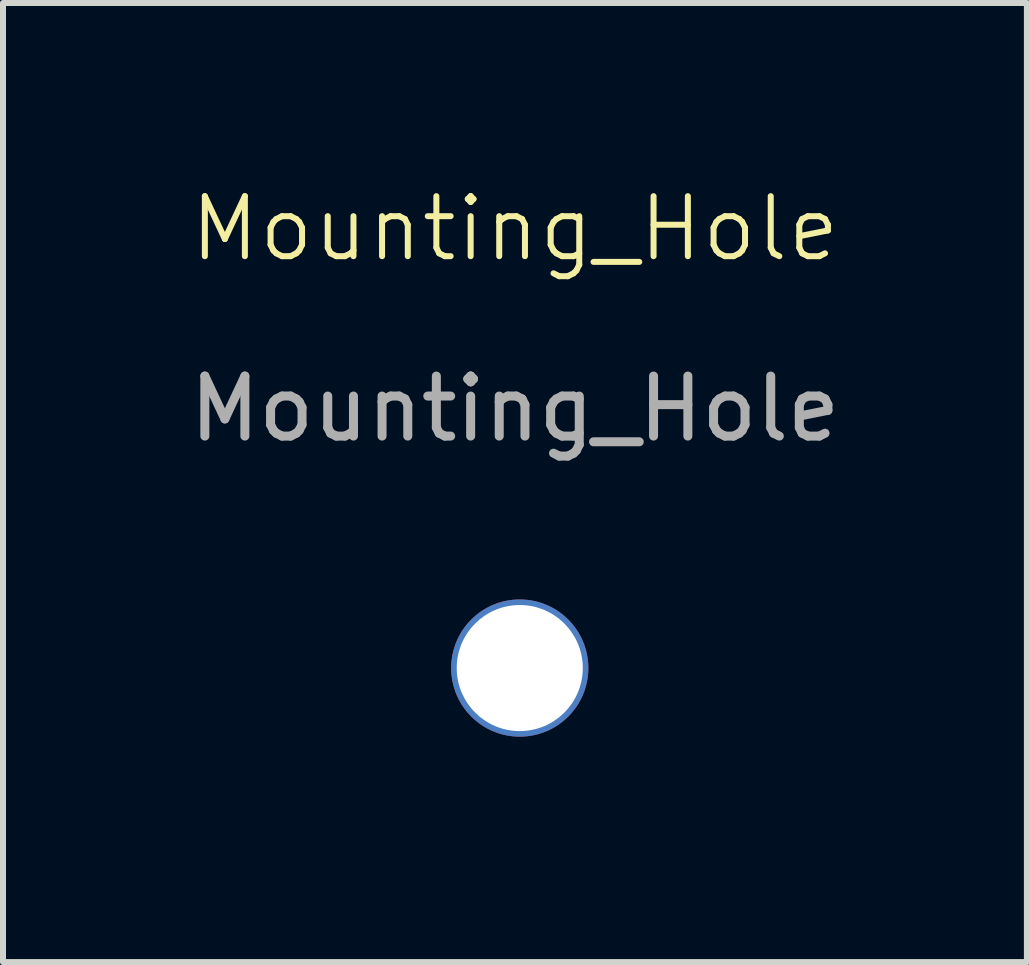
<source format=kicad_pcb>
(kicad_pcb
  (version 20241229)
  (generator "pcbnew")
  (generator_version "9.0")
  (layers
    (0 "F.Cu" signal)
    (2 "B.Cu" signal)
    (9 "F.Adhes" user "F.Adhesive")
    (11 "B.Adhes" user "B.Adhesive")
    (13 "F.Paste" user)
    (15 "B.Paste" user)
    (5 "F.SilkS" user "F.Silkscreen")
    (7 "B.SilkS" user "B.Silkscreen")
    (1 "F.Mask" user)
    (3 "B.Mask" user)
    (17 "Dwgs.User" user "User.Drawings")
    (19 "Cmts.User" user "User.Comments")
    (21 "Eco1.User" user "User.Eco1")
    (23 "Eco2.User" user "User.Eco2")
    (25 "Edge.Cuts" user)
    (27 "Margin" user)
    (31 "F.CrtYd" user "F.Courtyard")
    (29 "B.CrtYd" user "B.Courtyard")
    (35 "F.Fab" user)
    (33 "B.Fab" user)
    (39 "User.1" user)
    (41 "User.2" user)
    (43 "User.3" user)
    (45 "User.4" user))
  (footprint "Mounting_Hole"
    (layer "F.Cu")
    (at 5.61 8.081)
    (property "Reference" "Mounting_Hole" (at -0.08 -7.32 0) (unlocked yes) (layer "F.SilkS") (effects (font (size 1 1) (thickness 0.1))))
    (attr smd)
    (fp_text user "${REFERENCE}" (at -0.08 -4.32 0) (unlocked yes) (layer "F.Fab") (effects (font (size 1 1) (thickness 0.15))))
    (pad "" np_thru_hole circle (at 0 0) (size 2.286 2.286) (drill 2.1) (layers "*.Cu" "*.Mask"))
    (zone (net_name "") (layers "F.Cu" "F.Mask" "B.Cu" "B.Mask") (hatch edge 0.5) (connect_pads) (min_thickness 0.25) (filled_areas_thickness no) (keepout (tracks not_allowed) (vias not_allowed) (pads not_allowed) (copperpour not_allowed) (footprints allowed)) (placement (enabled no)) (fill) (polygon (pts (xy 7.51 8.081) (xy 7.49 7.81) (xy 7.433 7.545) (xy 7.338 7.291) (xy 7.208 7.053) (xy 7.046 6.836) (xy 6.854 6.645) (xy 6.637 6.482) (xy 6.399 6.352) (xy 6.145 6.257) (xy 5.88 6.2) (xy 5.61 6.181) (xy 5.339 6.2) (xy 5.074 6.257) (xy 4.82 6.352) (xy 4.583 6.482) (xy 4.366 6.645) (xy 4.174 6.836) (xy 4.011 7.053) (xy 3.881 7.291) (xy 3.787 7.545) (xy 3.729 7.81) (xy 3.71 8.081) (xy 3.729 8.351) (xy 3.787 8.616) (xy 3.881 8.87) (xy 4.011 9.108) (xy 4.174 9.325) (xy 4.366 9.516) (xy 4.583 9.679) (xy 4.82 9.809) (xy 5.074 9.904) (xy 5.339 9.961) (xy 5.61 9.98) (xy 5.88 9.961) (xy 6.145 9.904) (xy 6.399 9.809) (xy 6.637 9.679) (xy 6.854 9.516) (xy 7.046 9.325) (xy 7.208 9.108) (xy 7.338 8.87) (xy 7.433 8.616) (xy 7.49 8.351)))))
  (gr_rect
    (start -3 -3)
    (end 14.06 12.98)
    (stroke (width 0.1) (type default))
    (fill no)
    (layer "Edge.Cuts")))
</source>
